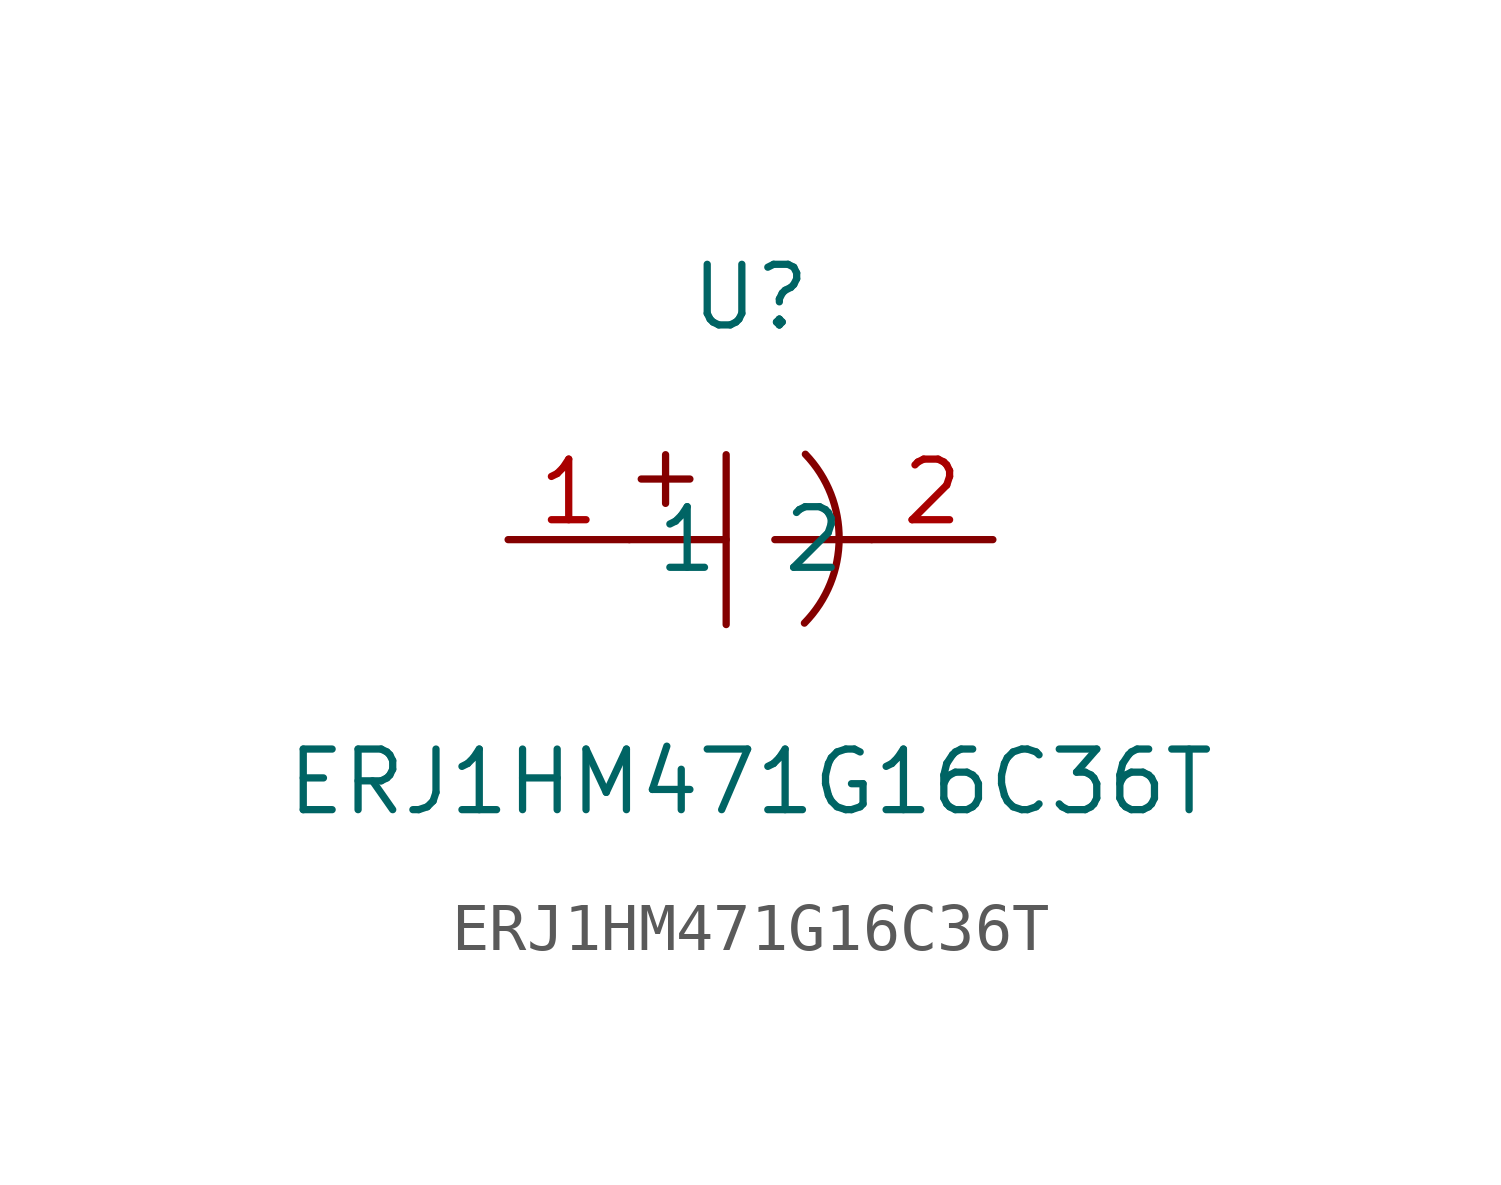
<source format=kicad_sym>
(kicad_symbol_lib
  (version 1)
  (generator "faebryk")
  (symbol "ERJ1HM471G16C36T"
    (property "Reference" "U"
      (at 0 5.08 0)
      (effects (font (size 1.27 1.27)) (hide no)))
    (property "Value" "ERJ1HM471G16C36T"
      (at 0 -5.08 0)
      (effects (font (size 1.27 1.27)) (hide no)))
    (symbol "ERJ1HM471G16C36T_0_1"
      (polyline (stroke (width 0) (type default) (color 0 0 0 0)) (fill (type none)) (pts (xy -0.51 1.78) (xy -0.51 -1.78)))
      (polyline (stroke (width 0) (type default) (color 0 0 0 0)) (fill (type none)) (pts (xy -2.54 0) (xy -0.51 0)))
      (polyline (stroke (width 0) (type default) (color 0 0 0 0)) (fill (type none)) (pts (xy 0.51 0) (xy 2.54 0)))
      (polyline (stroke (width 0) (type default) (color 0 0 0 0)) (fill (type none)) (pts (xy -2.29 1.27) (xy -1.27 1.27)))
      (polyline (stroke (width 0) (type default) (color 0 0 0 0)) (fill (type none)) (pts (xy -1.78 1.78) (xy -1.78 0.76)))
      (arc (start 1.13 -1.75) (mid 5.47 -0.41) (end 1.15 1.79) (stroke (width 0) (type default) (color 0 0 0 0)) (fill (type none)))
      (pin input line (at -5.08 0 0) (length 2.54) (name "1" (effects (font (size 1.27 1.27)) (hide no))) (number "1" (effects (font (size 1.27 1.27)) (hide no))))
      (pin input line (at 5.08 0 180) (length 2.54) (name "2" (effects (font (size 1.27 1.27)) (hide no))) (number "2" (effects (font (size 1.27 1.27)) (hide no)))))))
</source>
